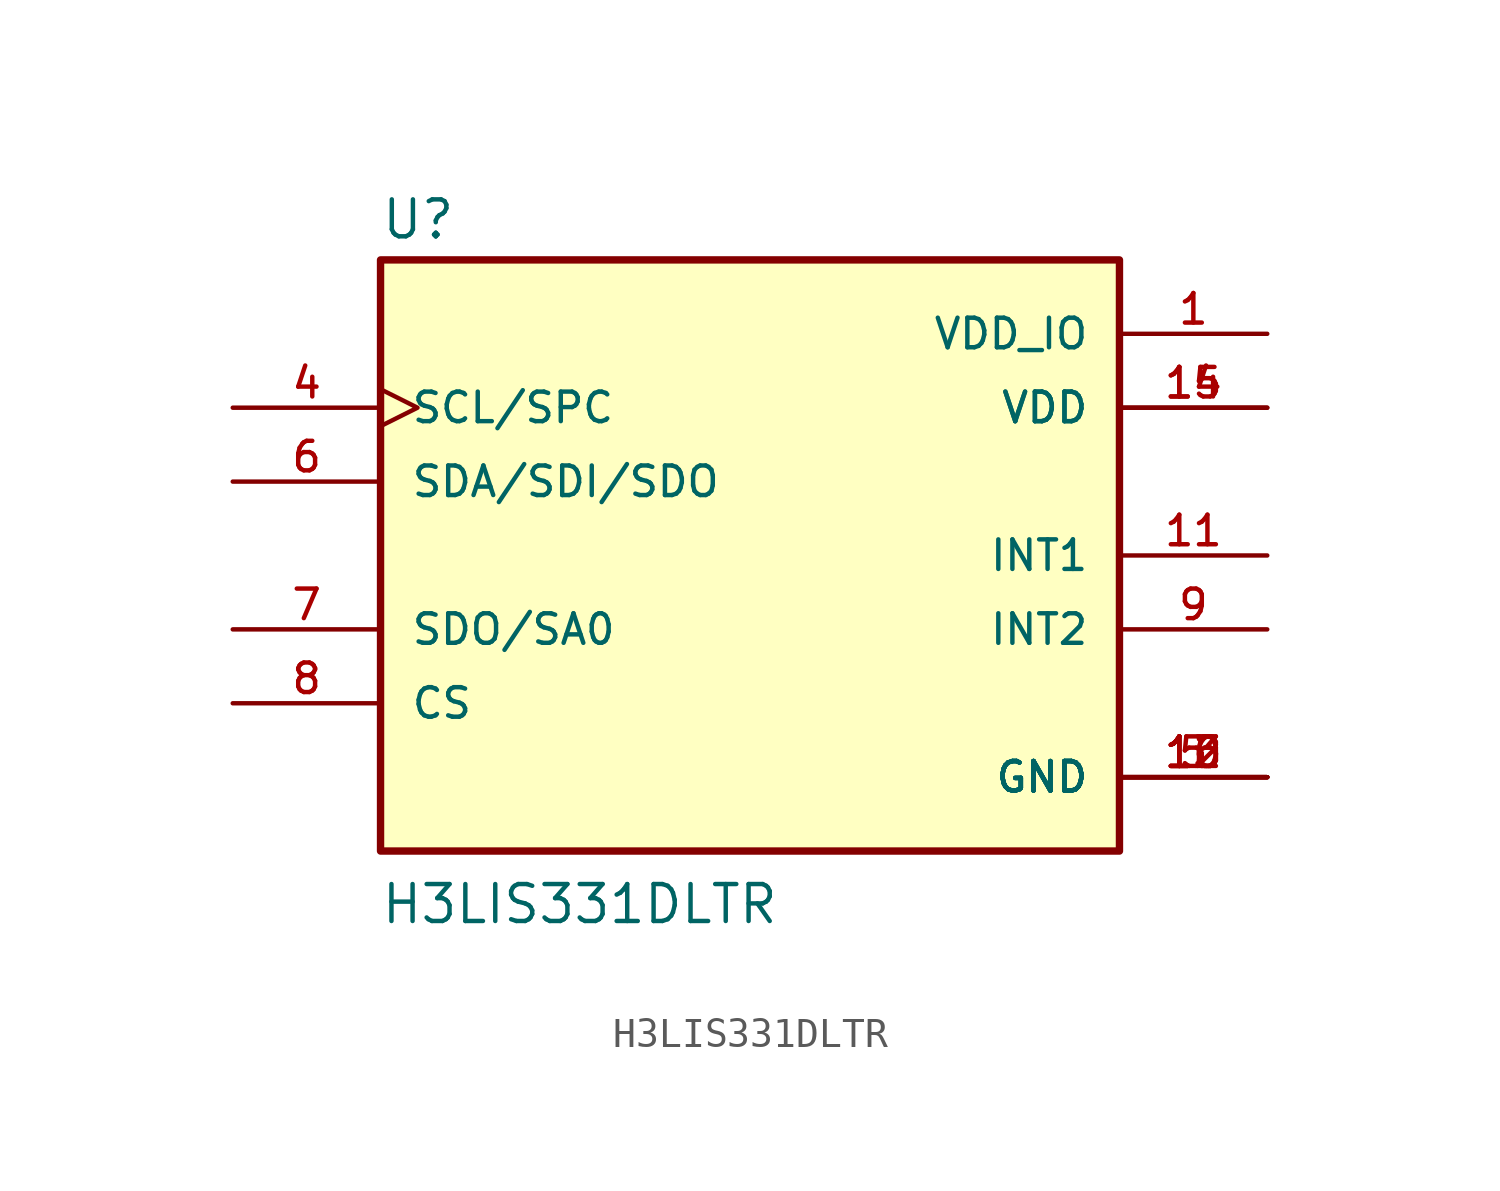
<source format=kicad_sym>
(kicad_symbol_lib
  (version 20211014)
  (generator kicad_symbol_editor)
  (symbol "H3LIS331DLTR"
    (pin_names
      (offset 1.016))
    (property "Reference" "U"
      (at -12.715 10.808 0)
      (effects (font (size 1.27 1.27)) (justify bottom left)))
    (property "Value" "H3LIS331DLTR"
      (at -12.727 -12.727 0)
      (effects (font (size 1.27 1.27)) (justify bottom left)))
    (symbol "H3LIS331DLTR_0_0"
      (rectangle (start -12.7 -10.16) (end 12.7 10.16) (stroke (width 0.254)) (fill (type background)))
      (pin power_in line (at 17.78 7.62 180.0) (length 5.08) (name "VDD_IO" (effects (font (size 1.016 1.016)))) (number "1" (effects (font (size 1.016 1.016)))))
      (pin input clock (at -17.78 5.08 0) (length 5.08) (name "SCL/SPC" (effects (font (size 1.016 1.016)))) (number "4" (effects (font (size 1.016 1.016)))))
      (pin bidirectional line (at -17.78 2.54 0) (length 5.08) (name "SDA/SDI/SDO" (effects (font (size 1.016 1.016)))) (number "6" (effects (font (size 1.016 1.016)))))
      (pin power_in line (at 17.78 -7.62 180.0) (length 5.08) (name "GND" (effects (font (size 1.016 1.016)))) (number "5" (effects (font (size 1.016 1.016)))))
      (pin power_in line (at 17.78 -7.62 180.0) (length 5.08) (name "GND" (effects (font (size 1.016 1.016)))) (number "10" (effects (font (size 1.016 1.016)))))
      (pin power_in line (at 17.78 -7.62 180.0) (length 5.08) (name "GND" (effects (font (size 1.016 1.016)))) (number "12" (effects (font (size 1.016 1.016)))))
      (pin power_in line (at 17.78 -7.62 180.0) (length 5.08) (name "GND" (effects (font (size 1.016 1.016)))) (number "13" (effects (font (size 1.016 1.016)))))
      (pin power_in line (at 17.78 -7.62 180.0) (length 5.08) (name "GND" (effects (font (size 1.016 1.016)))) (number "16" (effects (font (size 1.016 1.016)))))
      (pin bidirectional line (at -17.78 -2.54 0) (length 5.08) (name "SDO/SA0" (effects (font (size 1.016 1.016)))) (number "7" (effects (font (size 1.016 1.016)))))
      (pin input line (at -17.78 -5.08 0) (length 5.08) (name "CS" (effects (font (size 1.016 1.016)))) (number "8" (effects (font (size 1.016 1.016)))))
      (pin output line (at 17.78 -2.54 180.0) (length 5.08) (name "INT2" (effects (font (size 1.016 1.016)))) (number "9" (effects (font (size 1.016 1.016)))))
      (pin output line (at 17.78 0.0 180.0) (length 5.08) (name "INT1" (effects (font (size 1.016 1.016)))) (number "11" (effects (font (size 1.016 1.016)))))
      (pin power_in line (at 17.78 5.08 180.0) (length 5.08) (name "VDD" (effects (font (size 1.016 1.016)))) (number "14" (effects (font (size 1.016 1.016)))))
      (pin power_in line (at 17.78 5.08 180.0) (length 5.08) (name "VDD" (effects (font (size 1.016 1.016)))) (number "15" (effects (font (size 1.016 1.016))))))))
</source>
